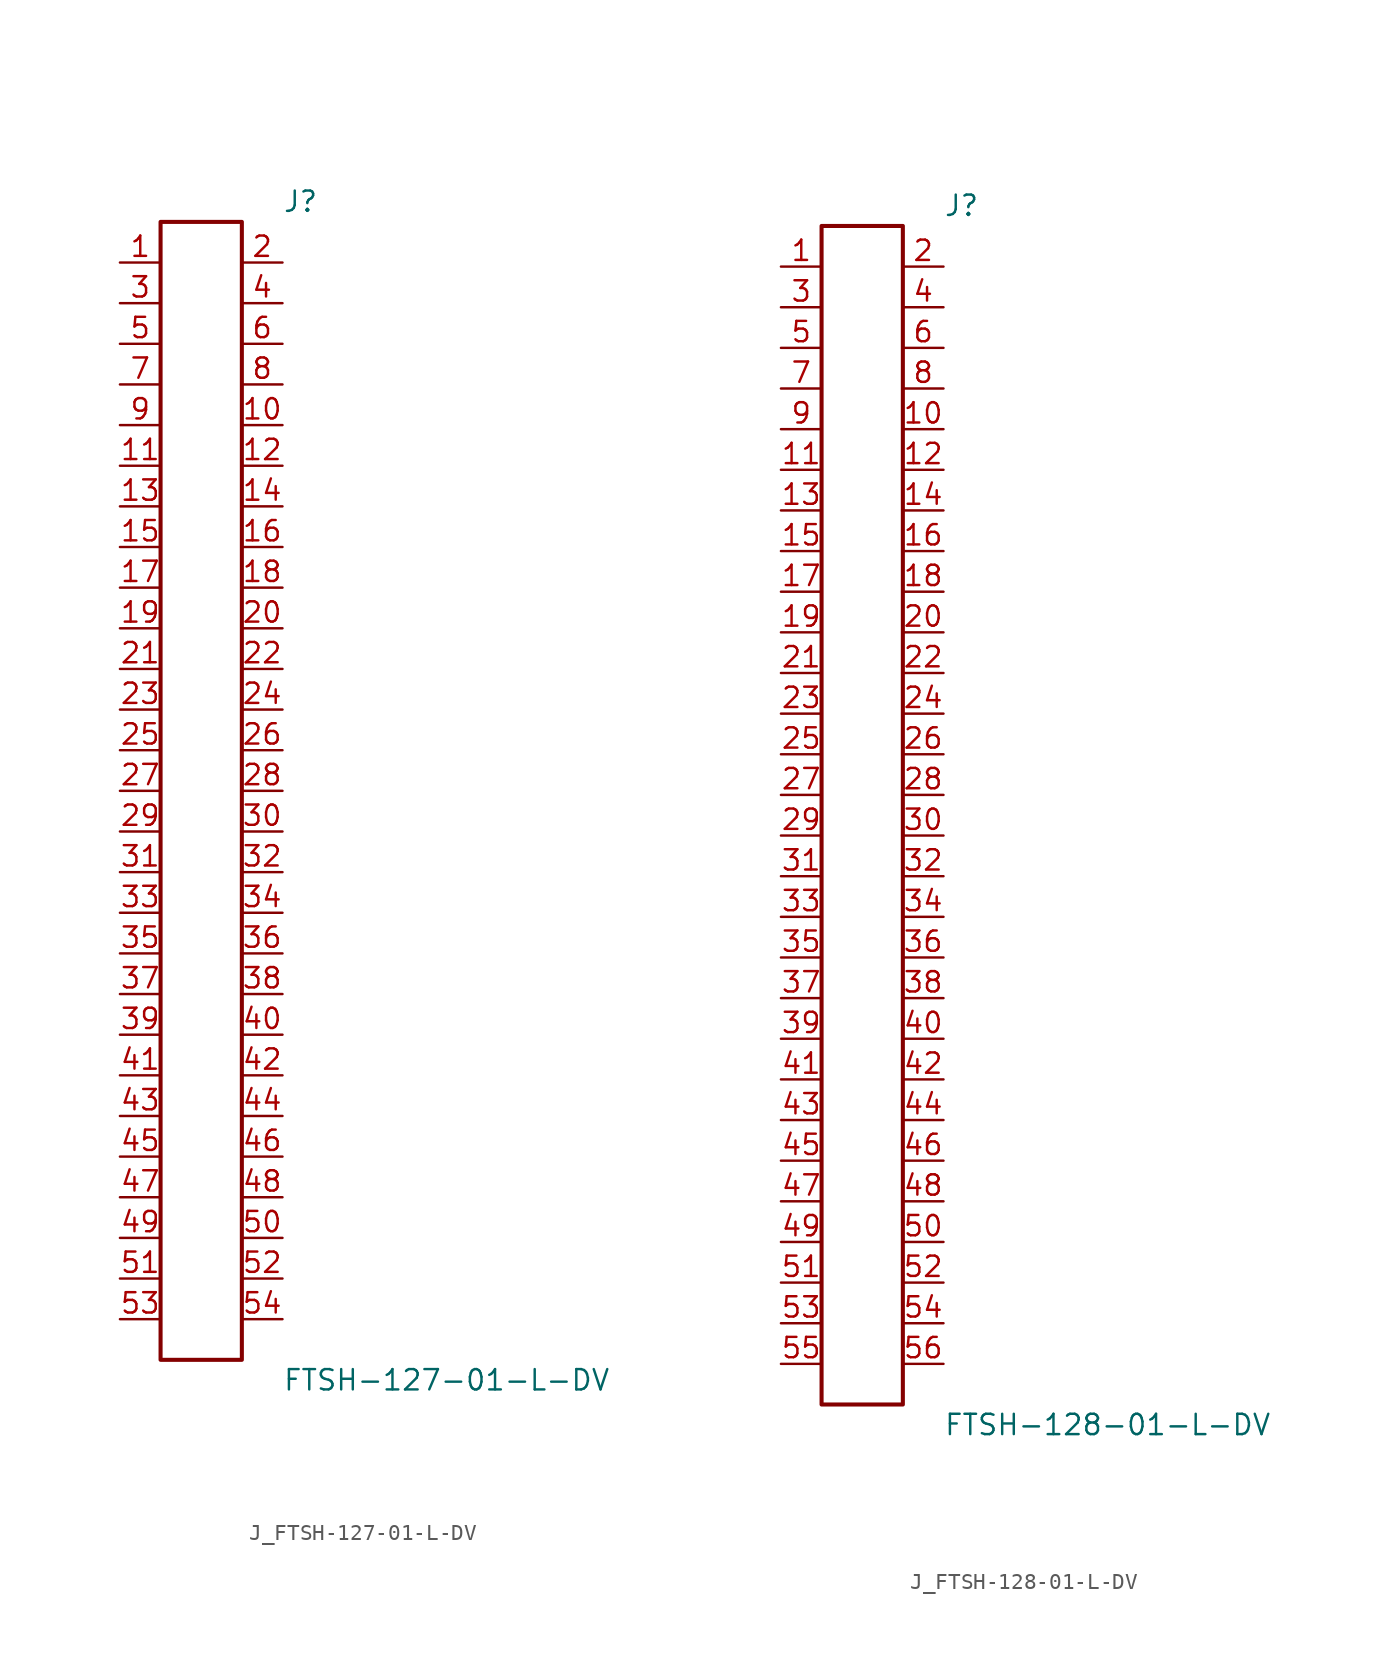
<source format=kicad_sym>
(kicad_symbol_lib
  (version 20231120)
  (generator kicad_symbol_editor)
  (generator_version 8.0)
  (symbol "J_FTSH-127-01-L-DV"
    (pin_names
      (offset 0.254))
    (property "Reference" "J"
      (at 5.08 36.83 0)
      (effects (font (size 1.27 1.27)) (justify left)))
    (property "Value" "FTSH-127-01-L-DV"
      (at 5.08 -36.83 0)
      (effects (font (size 1.27 1.27)) (justify left)))
    (symbol "J_FTSH-127-01-L-DV_0_0"
      (pin passive line (at -5.08 33.02 0) (length 2.54) (name "" (effects (font (size 1.27 1.27)))) (number "1" (effects (font (size 1.27 1.27)))))
      (pin passive line (at 5.08 33.02 180) (length 2.54) (name "" (effects (font (size 1.27 1.27)))) (number "2" (effects (font (size 1.27 1.27)))))
      (pin passive line (at -5.08 30.48 0) (length 2.54) (name "" (effects (font (size 1.27 1.27)))) (number "3" (effects (font (size 1.27 1.27)))))
      (pin passive line (at 5.08 30.48 180) (length 2.54) (name "" (effects (font (size 1.27 1.27)))) (number "4" (effects (font (size 1.27 1.27)))))
      (pin passive line (at -5.08 27.94 0) (length 2.54) (name "" (effects (font (size 1.27 1.27)))) (number "5" (effects (font (size 1.27 1.27)))))
      (pin passive line (at 5.08 27.94 180) (length 2.54) (name "" (effects (font (size 1.27 1.27)))) (number "6" (effects (font (size 1.27 1.27)))))
      (pin passive line (at -5.08 25.4 0) (length 2.54) (name "" (effects (font (size 1.27 1.27)))) (number "7" (effects (font (size 1.27 1.27)))))
      (pin passive line (at 5.08 25.4 180) (length 2.54) (name "" (effects (font (size 1.27 1.27)))) (number "8" (effects (font (size 1.27 1.27)))))
      (pin passive line (at -5.08 22.86 0) (length 2.54) (name "" (effects (font (size 1.27 1.27)))) (number "9" (effects (font (size 1.27 1.27)))))
      (pin passive line (at 5.08 22.86 180) (length 2.54) (name "" (effects (font (size 1.27 1.27)))) (number "10" (effects (font (size 1.27 1.27)))))
      (pin passive line (at -5.08 20.32 0) (length 2.54) (name "" (effects (font (size 1.27 1.27)))) (number "11" (effects (font (size 1.27 1.27)))))
      (pin passive line (at 5.08 20.32 180) (length 2.54) (name "" (effects (font (size 1.27 1.27)))) (number "12" (effects (font (size 1.27 1.27)))))
      (pin passive line (at -5.08 17.78 0) (length 2.54) (name "" (effects (font (size 1.27 1.27)))) (number "13" (effects (font (size 1.27 1.27)))))
      (pin passive line (at 5.08 17.78 180) (length 2.54) (name "" (effects (font (size 1.27 1.27)))) (number "14" (effects (font (size 1.27 1.27)))))
      (pin passive line (at -5.08 15.24 0) (length 2.54) (name "" (effects (font (size 1.27 1.27)))) (number "15" (effects (font (size 1.27 1.27)))))
      (pin passive line (at 5.08 15.24 180) (length 2.54) (name "" (effects (font (size 1.27 1.27)))) (number "16" (effects (font (size 1.27 1.27)))))
      (pin passive line (at -5.08 12.7 0) (length 2.54) (name "" (effects (font (size 1.27 1.27)))) (number "17" (effects (font (size 1.27 1.27)))))
      (pin passive line (at 5.08 12.7 180) (length 2.54) (name "" (effects (font (size 1.27 1.27)))) (number "18" (effects (font (size 1.27 1.27)))))
      (pin passive line (at -5.08 10.16 0) (length 2.54) (name "" (effects (font (size 1.27 1.27)))) (number "19" (effects (font (size 1.27 1.27)))))
      (pin passive line (at 5.08 10.16 180) (length 2.54) (name "" (effects (font (size 1.27 1.27)))) (number "20" (effects (font (size 1.27 1.27)))))
      (pin passive line (at -5.08 7.62 0) (length 2.54) (name "" (effects (font (size 1.27 1.27)))) (number "21" (effects (font (size 1.27 1.27)))))
      (pin passive line (at 5.08 7.62 180) (length 2.54) (name "" (effects (font (size 1.27 1.27)))) (number "22" (effects (font (size 1.27 1.27)))))
      (pin passive line (at -5.08 5.08 0) (length 2.54) (name "" (effects (font (size 1.27 1.27)))) (number "23" (effects (font (size 1.27 1.27)))))
      (pin passive line (at 5.08 5.08 180) (length 2.54) (name "" (effects (font (size 1.27 1.27)))) (number "24" (effects (font (size 1.27 1.27)))))
      (pin passive line (at -5.08 2.54 0) (length 2.54) (name "" (effects (font (size 1.27 1.27)))) (number "25" (effects (font (size 1.27 1.27)))))
      (pin passive line (at 5.08 2.54 180) (length 2.54) (name "" (effects (font (size 1.27 1.27)))) (number "26" (effects (font (size 1.27 1.27)))))
      (pin passive line (at -5.08 0.0 0) (length 2.54) (name "" (effects (font (size 1.27 1.27)))) (number "27" (effects (font (size 1.27 1.27)))))
      (pin passive line (at 5.08 0.0 180) (length 2.54) (name "" (effects (font (size 1.27 1.27)))) (number "28" (effects (font (size 1.27 1.27)))))
      (pin passive line (at -5.08 -2.54 0) (length 2.54) (name "" (effects (font (size 1.27 1.27)))) (number "29" (effects (font (size 1.27 1.27)))))
      (pin passive line (at 5.08 -2.54 180) (length 2.54) (name "" (effects (font (size 1.27 1.27)))) (number "30" (effects (font (size 1.27 1.27)))))
      (pin passive line (at -5.08 -5.08 0) (length 2.54) (name "" (effects (font (size 1.27 1.27)))) (number "31" (effects (font (size 1.27 1.27)))))
      (pin passive line (at 5.08 -5.08 180) (length 2.54) (name "" (effects (font (size 1.27 1.27)))) (number "32" (effects (font (size 1.27 1.27)))))
      (pin passive line (at -5.08 -7.62 0) (length 2.54) (name "" (effects (font (size 1.27 1.27)))) (number "33" (effects (font (size 1.27 1.27)))))
      (pin passive line (at 5.08 -7.62 180) (length 2.54) (name "" (effects (font (size 1.27 1.27)))) (number "34" (effects (font (size 1.27 1.27)))))
      (pin passive line (at -5.08 -10.16 0) (length 2.54) (name "" (effects (font (size 1.27 1.27)))) (number "35" (effects (font (size 1.27 1.27)))))
      (pin passive line (at 5.08 -10.16 180) (length 2.54) (name "" (effects (font (size 1.27 1.27)))) (number "36" (effects (font (size 1.27 1.27)))))
      (pin passive line (at -5.08 -12.7 0) (length 2.54) (name "" (effects (font (size 1.27 1.27)))) (number "37" (effects (font (size 1.27 1.27)))))
      (pin passive line (at 5.08 -12.7 180) (length 2.54) (name "" (effects (font (size 1.27 1.27)))) (number "38" (effects (font (size 1.27 1.27)))))
      (pin passive line (at -5.08 -15.24 0) (length 2.54) (name "" (effects (font (size 1.27 1.27)))) (number "39" (effects (font (size 1.27 1.27)))))
      (pin passive line (at 5.08 -15.24 180) (length 2.54) (name "" (effects (font (size 1.27 1.27)))) (number "40" (effects (font (size 1.27 1.27)))))
      (pin passive line (at -5.08 -17.78 0) (length 2.54) (name "" (effects (font (size 1.27 1.27)))) (number "41" (effects (font (size 1.27 1.27)))))
      (pin passive line (at 5.08 -17.78 180) (length 2.54) (name "" (effects (font (size 1.27 1.27)))) (number "42" (effects (font (size 1.27 1.27)))))
      (pin passive line (at -5.08 -20.32 0) (length 2.54) (name "" (effects (font (size 1.27 1.27)))) (number "43" (effects (font (size 1.27 1.27)))))
      (pin passive line (at 5.08 -20.32 180) (length 2.54) (name "" (effects (font (size 1.27 1.27)))) (number "44" (effects (font (size 1.27 1.27)))))
      (pin passive line (at -5.08 -22.86 0) (length 2.54) (name "" (effects (font (size 1.27 1.27)))) (number "45" (effects (font (size 1.27 1.27)))))
      (pin passive line (at 5.08 -22.86 180) (length 2.54) (name "" (effects (font (size 1.27 1.27)))) (number "46" (effects (font (size 1.27 1.27)))))
      (pin passive line (at -5.08 -25.4 0) (length 2.54) (name "" (effects (font (size 1.27 1.27)))) (number "47" (effects (font (size 1.27 1.27)))))
      (pin passive line (at 5.08 -25.4 180) (length 2.54) (name "" (effects (font (size 1.27 1.27)))) (number "48" (effects (font (size 1.27 1.27)))))
      (pin passive line (at -5.08 -27.94 0) (length 2.54) (name "" (effects (font (size 1.27 1.27)))) (number "49" (effects (font (size 1.27 1.27)))))
      (pin passive line (at 5.08 -27.94 180) (length 2.54) (name "" (effects (font (size 1.27 1.27)))) (number "50" (effects (font (size 1.27 1.27)))))
      (pin passive line (at -5.08 -30.48 0) (length 2.54) (name "" (effects (font (size 1.27 1.27)))) (number "51" (effects (font (size 1.27 1.27)))))
      (pin passive line (at 5.08 -30.48 180) (length 2.54) (name "" (effects (font (size 1.27 1.27)))) (number "52" (effects (font (size 1.27 1.27)))))
      (pin passive line (at -5.08 -33.02 0) (length 2.54) (name "" (effects (font (size 1.27 1.27)))) (number "53" (effects (font (size 1.27 1.27)))))
      (pin passive line (at 5.08 -33.02 180) (length 2.54) (name "" (effects (font (size 1.27 1.27)))) (number "54" (effects (font (size 1.27 1.27))))))
    (symbol "J_FTSH-127-01-L-DV_1_0"
      (rectangle (start -2.54 35.56) (end 2.54 -35.56) (stroke (width 0.254) (type solid)) (fill (type none)))))
  (symbol "J_FTSH-128-01-L-DV"
    (pin_names
      (offset 0.254))
    (property "Reference" "J"
      (at 5.08 38.1 0)
      (effects (font (size 1.27 1.27)) (justify left)))
    (property "Value" "FTSH-128-01-L-DV"
      (at 5.08 -38.1 0)
      (effects (font (size 1.27 1.27)) (justify left)))
    (symbol "J_FTSH-128-01-L-DV_0_0"
      (pin passive line (at -5.08 34.29 0) (length 2.54) (name "" (effects (font (size 1.27 1.27)))) (number "1" (effects (font (size 1.27 1.27)))))
      (pin passive line (at 5.08 34.29 180) (length 2.54) (name "" (effects (font (size 1.27 1.27)))) (number "2" (effects (font (size 1.27 1.27)))))
      (pin passive line (at -5.08 31.75 0) (length 2.54) (name "" (effects (font (size 1.27 1.27)))) (number "3" (effects (font (size 1.27 1.27)))))
      (pin passive line (at 5.08 31.75 180) (length 2.54) (name "" (effects (font (size 1.27 1.27)))) (number "4" (effects (font (size 1.27 1.27)))))
      (pin passive line (at -5.08 29.21 0) (length 2.54) (name "" (effects (font (size 1.27 1.27)))) (number "5" (effects (font (size 1.27 1.27)))))
      (pin passive line (at 5.08 29.21 180) (length 2.54) (name "" (effects (font (size 1.27 1.27)))) (number "6" (effects (font (size 1.27 1.27)))))
      (pin passive line (at -5.08 26.67 0) (length 2.54) (name "" (effects (font (size 1.27 1.27)))) (number "7" (effects (font (size 1.27 1.27)))))
      (pin passive line (at 5.08 26.67 180) (length 2.54) (name "" (effects (font (size 1.27 1.27)))) (number "8" (effects (font (size 1.27 1.27)))))
      (pin passive line (at -5.08 24.13 0) (length 2.54) (name "" (effects (font (size 1.27 1.27)))) (number "9" (effects (font (size 1.27 1.27)))))
      (pin passive line (at 5.08 24.13 180) (length 2.54) (name "" (effects (font (size 1.27 1.27)))) (number "10" (effects (font (size 1.27 1.27)))))
      (pin passive line (at -5.08 21.59 0) (length 2.54) (name "" (effects (font (size 1.27 1.27)))) (number "11" (effects (font (size 1.27 1.27)))))
      (pin passive line (at 5.08 21.59 180) (length 2.54) (name "" (effects (font (size 1.27 1.27)))) (number "12" (effects (font (size 1.27 1.27)))))
      (pin passive line (at -5.08 19.05 0) (length 2.54) (name "" (effects (font (size 1.27 1.27)))) (number "13" (effects (font (size 1.27 1.27)))))
      (pin passive line (at 5.08 19.05 180) (length 2.54) (name "" (effects (font (size 1.27 1.27)))) (number "14" (effects (font (size 1.27 1.27)))))
      (pin passive line (at -5.08 16.51 0) (length 2.54) (name "" (effects (font (size 1.27 1.27)))) (number "15" (effects (font (size 1.27 1.27)))))
      (pin passive line (at 5.08 16.51 180) (length 2.54) (name "" (effects (font (size 1.27 1.27)))) (number "16" (effects (font (size 1.27 1.27)))))
      (pin passive line (at -5.08 13.97 0) (length 2.54) (name "" (effects (font (size 1.27 1.27)))) (number "17" (effects (font (size 1.27 1.27)))))
      (pin passive line (at 5.08 13.97 180) (length 2.54) (name "" (effects (font (size 1.27 1.27)))) (number "18" (effects (font (size 1.27 1.27)))))
      (pin passive line (at -5.08 11.43 0) (length 2.54) (name "" (effects (font (size 1.27 1.27)))) (number "19" (effects (font (size 1.27 1.27)))))
      (pin passive line (at 5.08 11.43 180) (length 2.54) (name "" (effects (font (size 1.27 1.27)))) (number "20" (effects (font (size 1.27 1.27)))))
      (pin passive line (at -5.08 8.89 0) (length 2.54) (name "" (effects (font (size 1.27 1.27)))) (number "21" (effects (font (size 1.27 1.27)))))
      (pin passive line (at 5.08 8.89 180) (length 2.54) (name "" (effects (font (size 1.27 1.27)))) (number "22" (effects (font (size 1.27 1.27)))))
      (pin passive line (at -5.08 6.35 0) (length 2.54) (name "" (effects (font (size 1.27 1.27)))) (number "23" (effects (font (size 1.27 1.27)))))
      (pin passive line (at 5.08 6.35 180) (length 2.54) (name "" (effects (font (size 1.27 1.27)))) (number "24" (effects (font (size 1.27 1.27)))))
      (pin passive line (at -5.08 3.81 0) (length 2.54) (name "" (effects (font (size 1.27 1.27)))) (number "25" (effects (font (size 1.27 1.27)))))
      (pin passive line (at 5.08 3.81 180) (length 2.54) (name "" (effects (font (size 1.27 1.27)))) (number "26" (effects (font (size 1.27 1.27)))))
      (pin passive line (at -5.08 1.27 0) (length 2.54) (name "" (effects (font (size 1.27 1.27)))) (number "27" (effects (font (size 1.27 1.27)))))
      (pin passive line (at 5.08 1.27 180) (length 2.54) (name "" (effects (font (size 1.27 1.27)))) (number "28" (effects (font (size 1.27 1.27)))))
      (pin passive line (at -5.08 -1.27 0) (length 2.54) (name "" (effects (font (size 1.27 1.27)))) (number "29" (effects (font (size 1.27 1.27)))))
      (pin passive line (at 5.08 -1.27 180) (length 2.54) (name "" (effects (font (size 1.27 1.27)))) (number "30" (effects (font (size 1.27 1.27)))))
      (pin passive line (at -5.08 -3.81 0) (length 2.54) (name "" (effects (font (size 1.27 1.27)))) (number "31" (effects (font (size 1.27 1.27)))))
      (pin passive line (at 5.08 -3.81 180) (length 2.54) (name "" (effects (font (size 1.27 1.27)))) (number "32" (effects (font (size 1.27 1.27)))))
      (pin passive line (at -5.08 -6.35 0) (length 2.54) (name "" (effects (font (size 1.27 1.27)))) (number "33" (effects (font (size 1.27 1.27)))))
      (pin passive line (at 5.08 -6.35 180) (length 2.54) (name "" (effects (font (size 1.27 1.27)))) (number "34" (effects (font (size 1.27 1.27)))))
      (pin passive line (at -5.08 -8.89 0) (length 2.54) (name "" (effects (font (size 1.27 1.27)))) (number "35" (effects (font (size 1.27 1.27)))))
      (pin passive line (at 5.08 -8.89 180) (length 2.54) (name "" (effects (font (size 1.27 1.27)))) (number "36" (effects (font (size 1.27 1.27)))))
      (pin passive line (at -5.08 -11.43 0) (length 2.54) (name "" (effects (font (size 1.27 1.27)))) (number "37" (effects (font (size 1.27 1.27)))))
      (pin passive line (at 5.08 -11.43 180) (length 2.54) (name "" (effects (font (size 1.27 1.27)))) (number "38" (effects (font (size 1.27 1.27)))))
      (pin passive line (at -5.08 -13.97 0) (length 2.54) (name "" (effects (font (size 1.27 1.27)))) (number "39" (effects (font (size 1.27 1.27)))))
      (pin passive line (at 5.08 -13.97 180) (length 2.54) (name "" (effects (font (size 1.27 1.27)))) (number "40" (effects (font (size 1.27 1.27)))))
      (pin passive line (at -5.08 -16.51 0) (length 2.54) (name "" (effects (font (size 1.27 1.27)))) (number "41" (effects (font (size 1.27 1.27)))))
      (pin passive line (at 5.08 -16.51 180) (length 2.54) (name "" (effects (font (size 1.27 1.27)))) (number "42" (effects (font (size 1.27 1.27)))))
      (pin passive line (at -5.08 -19.05 0) (length 2.54) (name "" (effects (font (size 1.27 1.27)))) (number "43" (effects (font (size 1.27 1.27)))))
      (pin passive line (at 5.08 -19.05 180) (length 2.54) (name "" (effects (font (size 1.27 1.27)))) (number "44" (effects (font (size 1.27 1.27)))))
      (pin passive line (at -5.08 -21.59 0) (length 2.54) (name "" (effects (font (size 1.27 1.27)))) (number "45" (effects (font (size 1.27 1.27)))))
      (pin passive line (at 5.08 -21.59 180) (length 2.54) (name "" (effects (font (size 1.27 1.27)))) (number "46" (effects (font (size 1.27 1.27)))))
      (pin passive line (at -5.08 -24.13 0) (length 2.54) (name "" (effects (font (size 1.27 1.27)))) (number "47" (effects (font (size 1.27 1.27)))))
      (pin passive line (at 5.08 -24.13 180) (length 2.54) (name "" (effects (font (size 1.27 1.27)))) (number "48" (effects (font (size 1.27 1.27)))))
      (pin passive line (at -5.08 -26.67 0) (length 2.54) (name "" (effects (font (size 1.27 1.27)))) (number "49" (effects (font (size 1.27 1.27)))))
      (pin passive line (at 5.08 -26.67 180) (length 2.54) (name "" (effects (font (size 1.27 1.27)))) (number "50" (effects (font (size 1.27 1.27)))))
      (pin passive line (at -5.08 -29.21 0) (length 2.54) (name "" (effects (font (size 1.27 1.27)))) (number "51" (effects (font (size 1.27 1.27)))))
      (pin passive line (at 5.08 -29.21 180) (length 2.54) (name "" (effects (font (size 1.27 1.27)))) (number "52" (effects (font (size 1.27 1.27)))))
      (pin passive line (at -5.08 -31.75 0) (length 2.54) (name "" (effects (font (size 1.27 1.27)))) (number "53" (effects (font (size 1.27 1.27)))))
      (pin passive line (at 5.08 -31.75 180) (length 2.54) (name "" (effects (font (size 1.27 1.27)))) (number "54" (effects (font (size 1.27 1.27)))))
      (pin passive line (at -5.08 -34.29 0) (length 2.54) (name "" (effects (font (size 1.27 1.27)))) (number "55" (effects (font (size 1.27 1.27)))))
      (pin passive line (at 5.08 -34.29 180) (length 2.54) (name "" (effects (font (size 1.27 1.27)))) (number "56" (effects (font (size 1.27 1.27))))))
    (symbol "J_FTSH-128-01-L-DV_1_0"
      (rectangle (start -2.54 36.83) (end 2.54 -36.83) (stroke (width 0.254) (type solid)) (fill (type none))))))
</source>
